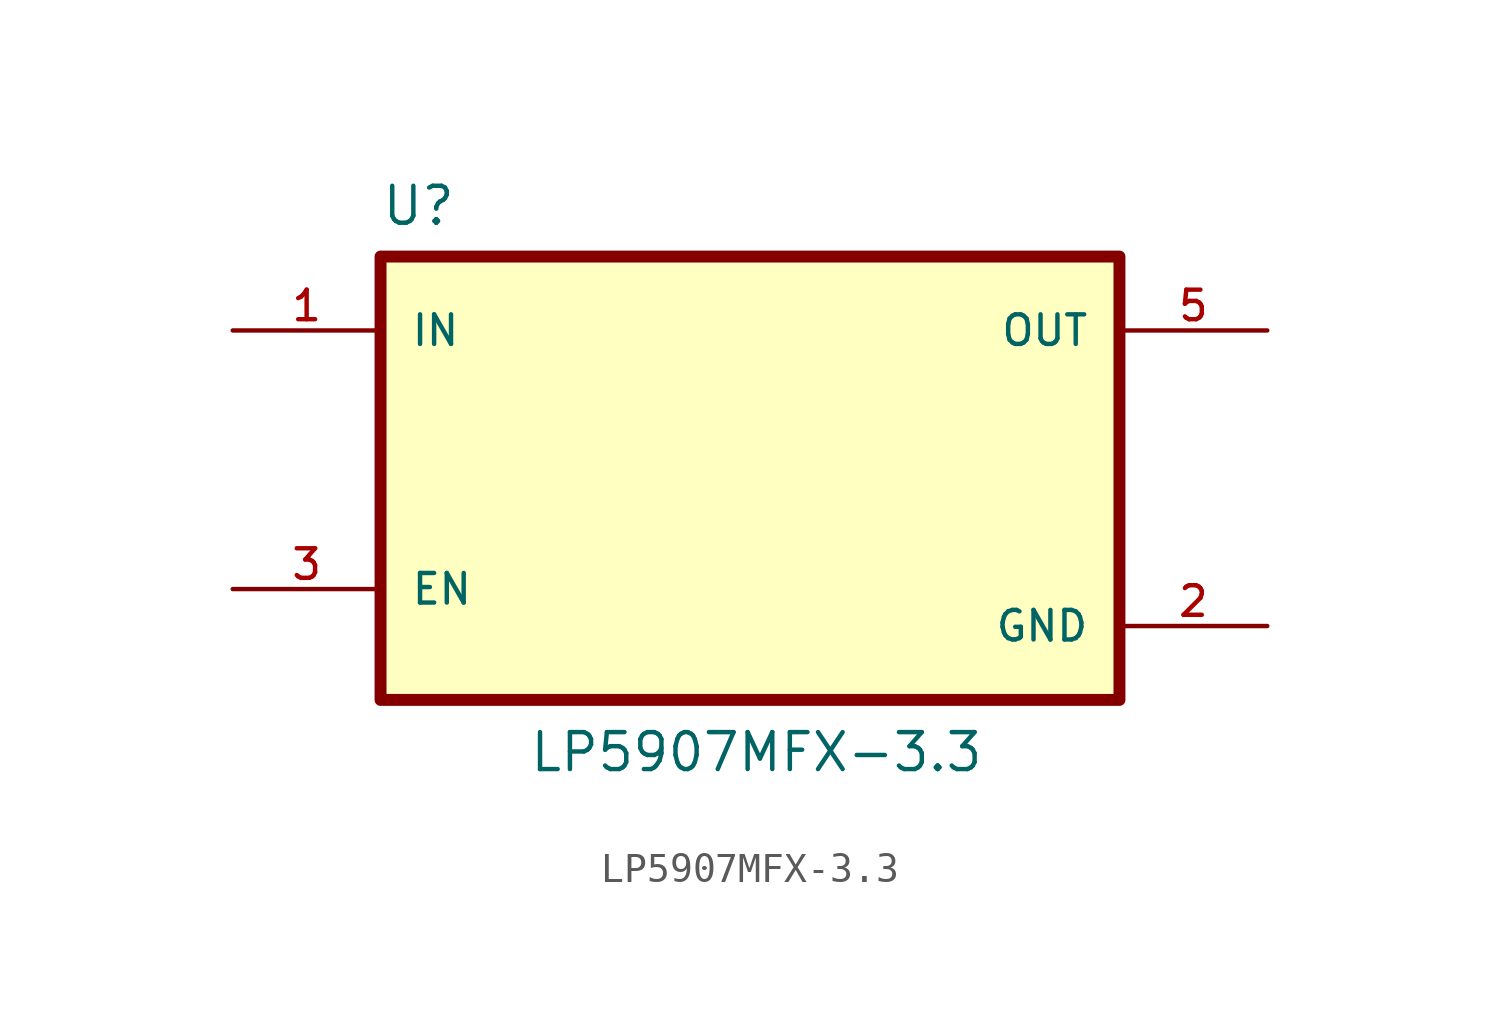
<source format=kicad_sym>
(kicad_symbol_lib
  (version 20211014)
  (generator kicad_symbol_editor)
  (symbol "LP5907MFX-3.3"
    (pin_names
      (offset 1.016))
    (property "Reference" "U"
      (at -12.7 8.62 0)
      (effects (font (size 1.27 1.27)) (justify left bottom)))
    (property "Value" "LP5907MFX-3.3"
      (at -7.62 -10.16 0)
      (effects (font (size 1.27 1.27)) (justify left bottom)))
    (symbol "LP5907MFX-3.3_0_0"
      (rectangle (start -12.7 -7.62) (end 12.7 7.62) (stroke (width 0.41) (type default) (color 0 0 0 0)) (fill (type background)))
      (pin input line (at -17.78 5.08 0) (length 5.08) (name "IN" (effects (font (size 1.016 1.016)))) (number "1" (effects (font (size 1.016 1.016)))))
      (pin power_in line (at 17.78 -5.08 180) (length 5.08) (name "GND" (effects (font (size 1.016 1.016)))) (number "2" (effects (font (size 1.016 1.016)))))
      (pin input line (at -17.78 -3.81 0) (length 5.08) (name "EN" (effects (font (size 1.016 1.016)))) (number "3" (effects (font (size 1.016 1.016)))))
      (pin output line (at 17.78 5.08 180) (length 5.08) (name "OUT" (effects (font (size 1.016 1.016)))) (number "5" (effects (font (size 1.016 1.016))))))))
</source>
